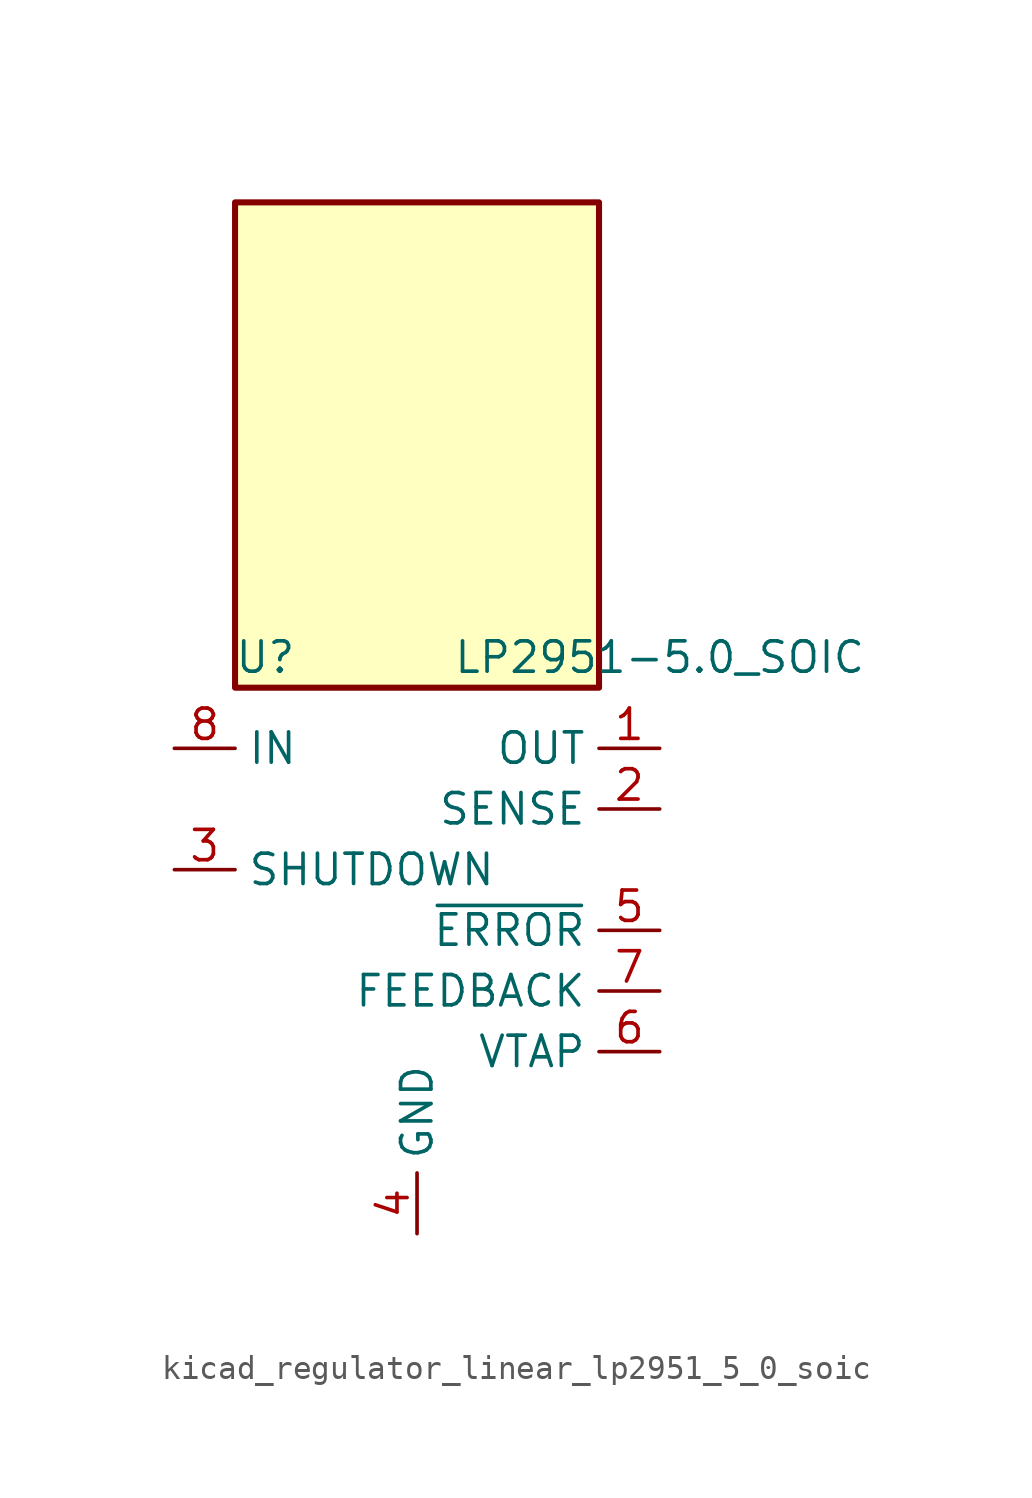
<source format=kicad_sym>
(kicad_symbol_lib
  (version 20220914)
  (generator kicad_symbol_editor)
  (symbol "kicad_regulator_linear_lp2951_5_0_soic"
    (property "Reference" "U"
      (at -6.35 11.43 0)
      (effects (font (size 1.27 1.27))))
    (property "Value" "LP2951-5.0_SOIC"
      (at 10.16 11.43 0)
      (effects (font (size 1.27 1.27))))
    (symbol "kicad_regulator_linear_lp2951_5_0_soic_0_1"
      (rectangle (start 7.62 30.48) (end -7.62 10.16) (stroke (width 0.254) (type default)) (fill (type background))))
    (symbol "kicad_regulator_linear_lp2951_5_0_soic_1_1"
      (pin power_out line (at 10.16 7.62 180) (length 2.54) (name "OUT" (effects (font (size 1.27 1.27)))) (number "1" (effects (font (size 1.27 1.27)))))
      (pin passive line (at 10.16 5.08 180) (length 2.54) (name "SENSE" (effects (font (size 1.27 1.27)))) (number "2" (effects (font (size 1.27 1.27)))))
      (pin input line (at -10.16 2.54 0) (length 2.54) (name "SHUTDOWN" (effects (font (size 1.27 1.27)))) (number "3" (effects (font (size 1.27 1.27)))))
      (pin power_in line (at 0 -12.7 90) (length 2.54) (name "GND" (effects (font (size 1.27 1.27)))) (number "4" (effects (font (size 1.27 1.27)))))
      (pin open_collector line (at 10.16 0 180) (length 2.54) (name "~{ERROR}" (effects (font (size 1.27 1.27)))) (number "5" (effects (font (size 1.27 1.27)))))
      (pin input line (at 10.16 -5.08 180) (length 2.54) (name "VTAP" (effects (font (size 1.27 1.27)))) (number "6" (effects (font (size 1.27 1.27)))))
      (pin input line (at 10.16 -2.54 180) (length 2.54) (name "FEEDBACK" (effects (font (size 1.27 1.27)))) (number "7" (effects (font (size 1.27 1.27)))))
      (pin power_in line (at -10.16 7.62 0) (length 2.54) (name "IN" (effects (font (size 1.27 1.27)))) (number "8" (effects (font (size 1.27 1.27))))))))
</source>
